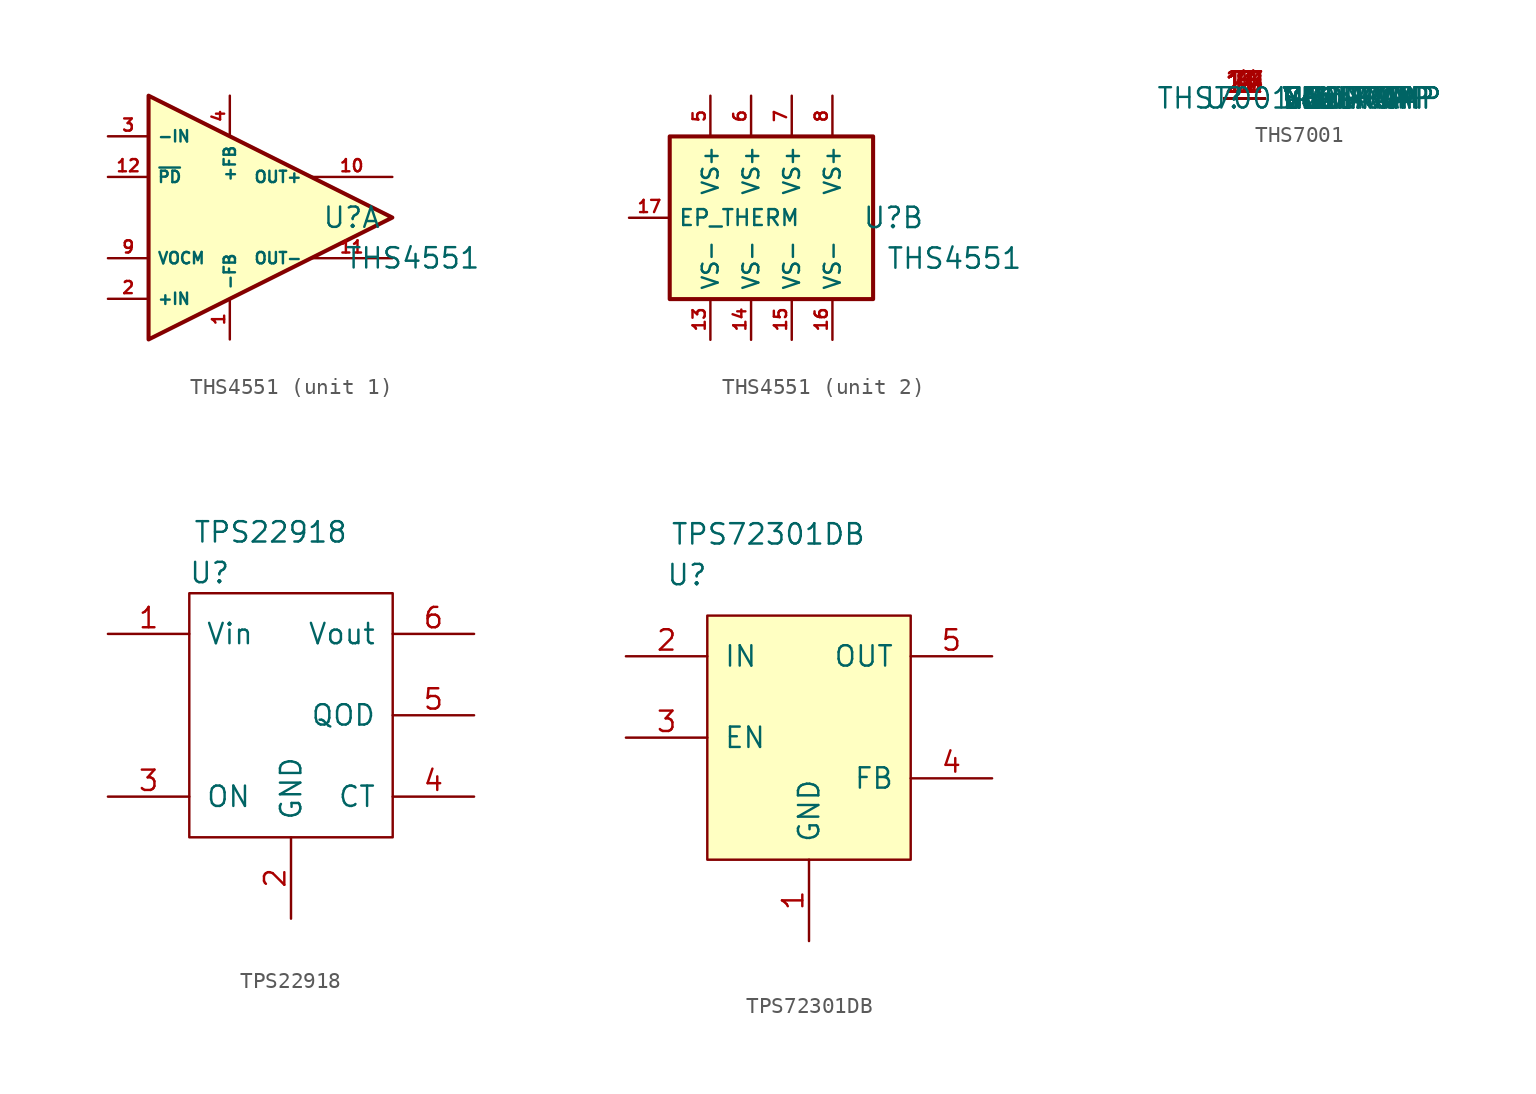
<source format=kicad_sym>
(kicad_symbol_lib
  (version 20201005)
  (generator kicad_symbol_editor)
  (symbol "vna_mm:THS4551"
    (property "Reference" "U"
      (at 7.62 0 0)
      (effects (font (size 1.27 1.27))))
    (property "Value" "THS4551"
      (at 11.43 -2.54 0)
      (effects (font (size 1.27 1.27))))
    (property "ki_locked" ""
      (at 0 0 0)
      (effects (font (size 1.27 1.27))))
    (symbol "THS4551_1_1"
      (polyline (pts (xy -5.08 7.62) (xy -5.08 -7.62) (xy 10.16 0) (xy -5.08 7.62)) (stroke (width 0.254)) (fill (type background)))
      (pin input line (at 0 -7.62 90) (length 2.54) (name "-FB" (effects (font (size 0.711 0.711)))) (number "1" (effects (font (size 0.762 0.762)))))
      (pin output line (at 10.16 2.54 180) (length 5.08) (name "OUT+" (effects (font (size 0.711 0.711)))) (number "10" (effects (font (size 0.762 0.762)))))
      (pin output line (at 10.16 -2.54 180) (length 5.08) (name "OUT-" (effects (font (size 0.711 0.711)))) (number "11" (effects (font (size 0.762 0.762)))))
      (pin input line (at -7.62 2.54 0) (length 2.54) (name "~PD" (effects (font (size 0.711 0.711)))) (number "12" (effects (font (size 0.762 0.762)))))
      (pin input line (at -7.62 -5.08 0) (length 2.54) (name "+IN" (effects (font (size 0.711 0.711)))) (number "2" (effects (font (size 0.762 0.762)))))
      (pin input line (at -7.62 5.08 0) (length 2.54) (name "-IN" (effects (font (size 0.711 0.711)))) (number "3" (effects (font (size 0.762 0.762)))))
      (pin input line (at 0 7.62 270) (length 2.54) (name "+FB" (effects (font (size 0.711 0.711)))) (number "4" (effects (font (size 0.762 0.762)))))
      (pin input line (at -7.62 -2.54 0) (length 2.54) (name "VOCM" (effects (font (size 0.711 0.711)))) (number "9" (effects (font (size 0.762 0.762))))))
    (symbol "THS4551_2_1"
      (rectangle (start -6.35 5.08) (end 6.35 -5.08) (stroke (width 0.254)) (fill (type background)))
      (pin power_in line (at -3.81 -7.62 90) (length 2.54) (name "VS-" (effects (font (size 0.991 0.991)))) (number "13" (effects (font (size 0.762 0.762)))))
      (pin power_in line (at -1.27 -7.62 90) (length 2.54) (name "VS-" (effects (font (size 0.991 0.991)))) (number "14" (effects (font (size 0.762 0.762)))))
      (pin power_in line (at 1.27 -7.62 90) (length 2.54) (name "VS-" (effects (font (size 0.991 0.991)))) (number "15" (effects (font (size 0.762 0.762)))))
      (pin power_in line (at 3.81 -7.62 90) (length 2.54) (name "VS-" (effects (font (size 0.991 0.991)))) (number "16" (effects (font (size 0.762 0.762)))))
      (pin power_in line (at -8.89 0 0) (length 2.54) (name "EP_THERM" (effects (font (size 0.991 0.991)))) (number "17" (effects (font (size 0.762 0.762)))))
      (pin power_in line (at -3.81 7.62 270) (length 2.54) (name "VS+" (effects (font (size 0.991 0.991)))) (number "5" (effects (font (size 0.762 0.762)))))
      (pin power_in line (at -1.27 7.62 270) (length 2.54) (name "VS+" (effects (font (size 0.991 0.991)))) (number "6" (effects (font (size 0.762 0.762)))))
      (pin power_in line (at 1.27 7.62 270) (length 2.54) (name "VS+" (effects (font (size 0.991 0.991)))) (number "7" (effects (font (size 0.762 0.762)))))
      (pin power_in line (at 3.81 7.62 270) (length 2.54) (name "VS+" (effects (font (size 0.991 0.991)))) (number "8" (effects (font (size 0.762 0.762)))))))
  (symbol "vna_mm:THS7001"
    (pin_names
      (offset 1.016))
    (property "Reference" "U"
      (at 0 0 0)
      (effects (font (size 1.27 1.27))))
    (property "Value" "THS7001"
      (at 0 0 0)
      (effects (font (size 1.27 1.27))))
    (symbol "THS7001_0_0"
      (pin unspecified line (at 0 0 0) (length 2.54) (name "GND" (effects (font (size 1.27 1.27)))) (number "1" (effects (font (size 1.27 1.27)))))
      (pin unspecified line (at 0 0 0) (length 2.54) (name "NC" (effects (font (size 1.27 1.27)))) (number "10" (effects (font (size 1.27 1.27)))))
      (pin unspecified line (at 0 0 0) (length 2.54) (name "NC" (effects (font (size 1.27 1.27)))) (number "11" (effects (font (size 1.27 1.27)))))
      (pin unspecified line (at 0 0 0) (length 2.54) (name "VhCLAMP" (effects (font (size 1.27 1.27)))) (number "12" (effects (font (size 1.27 1.27)))))
      (pin unspecified line (at 0 0 0) (length 2.54) (name "Vcc+PGA" (effects (font (size 1.27 1.27)))) (number "13" (effects (font (size 1.27 1.27)))))
      (pin unspecified line (at 0 0 0) (length 2.54) (name "Vcc-PGA" (effects (font (size 1.27 1.27)))) (number "14" (effects (font (size 1.27 1.27)))))
      (pin unspecified line (at 0 0 0) (length 2.54) (name "VlCLAMP" (effects (font (size 1.27 1.27)))) (number "15" (effects (font (size 1.27 1.27)))))
      (pin unspecified line (at 0 0 0) (length 2.54) (name "VoutPGA" (effects (font (size 1.27 1.27)))) (number "16" (effects (font (size 1.27 1.27)))))
      (pin unspecified line (at 0 0 0) (length 2.54) (name "SHDN" (effects (font (size 1.27 1.27)))) (number "17" (effects (font (size 1.27 1.27)))))
      (pin unspecified line (at 0 0 0) (length 2.54) (name "G2" (effects (font (size 1.27 1.27)))) (number "18" (effects (font (size 1.27 1.27)))))
      (pin unspecified line (at 0 0 0) (length 2.54) (name "G1" (effects (font (size 1.27 1.27)))) (number "19" (effects (font (size 1.27 1.27)))))
      (pin unspecified line (at 0 0 0) (length 2.54) (name "VrefPGA" (effects (font (size 1.27 1.27)))) (number "2" (effects (font (size 1.27 1.27)))))
      (pin unspecified line (at 0 0 0) (length 2.54) (name "G0" (effects (font (size 1.27 1.27)))) (number "20" (effects (font (size 1.27 1.27)))))
      (pin unspecified line (at 0 0 0) (length 2.54) (name "EPAD" (effects (font (size 1.27 1.27)))) (number "21" (effects (font (size 1.27 1.27)))))
      (pin unspecified line (at 0 0 0) (length 2.54) (name "-VinPGA" (effects (font (size 1.27 1.27)))) (number "3" (effects (font (size 1.27 1.27)))))
      (pin unspecified line (at 0 0 0) (length 2.54) (name "VoutPAMP" (effects (font (size 1.27 1.27)))) (number "4" (effects (font (size 1.27 1.27)))))
      (pin unspecified line (at 0 0 0) (length 2.54) (name "-VinPAMP" (effects (font (size 1.27 1.27)))) (number "5" (effects (font (size 1.27 1.27)))))
      (pin unspecified line (at 0 0 0) (length 2.54) (name "+VinPAMP" (effects (font (size 1.27 1.27)))) (number "6" (effects (font (size 1.27 1.27)))))
      (pin unspecified line (at 0 0 0) (length 2.54) (name "Vcc-PAMP" (effects (font (size 1.27 1.27)))) (number "7" (effects (font (size 1.27 1.27)))))
      (pin unspecified line (at 0 0 0) (length 2.54) (name "Vcc+PAMP" (effects (font (size 1.27 1.27)))) (number "8" (effects (font (size 1.27 1.27)))))
      (pin unspecified line (at 0 0 0) (length 2.54) (name "NC" (effects (font (size 1.27 1.27)))) (number "9" (effects (font (size 1.27 1.27)))))))
  (symbol "vna_mm:TPS22918"
    (pin_names
      (offset 1.016))
    (property "Reference" "U"
      (at -5.08 8.89 0)
      (effects (font (size 1.27 1.27))))
    (property "Value" "TPS22918"
      (at -1.27 11.43 0)
      (effects (font (size 1.27 1.27))))
    (symbol "TPS22918_0_1"
      (rectangle (start -6.35 7.62) (end 6.35 -7.62) (stroke (width 0)) (fill (type none))))
    (symbol "TPS22918_1_1"
      (pin power_in line (at -11.43 5.08 0) (length 5.08) (name "Vin" (effects (font (size 1.27 1.27)))) (number "1" (effects (font (size 1.27 1.27)))))
      (pin input line (at 0 -12.7 90) (length 5.08) (name "GND" (effects (font (size 1.27 1.27)))) (number "2" (effects (font (size 1.27 1.27)))))
      (pin input line (at -11.43 -5.08 0) (length 5.08) (name "ON" (effects (font (size 1.27 1.27)))) (number "3" (effects (font (size 1.27 1.27)))))
      (pin output line (at 11.43 -5.08 180) (length 5.08) (name "CT" (effects (font (size 1.27 1.27)))) (number "4" (effects (font (size 1.27 1.27)))))
      (pin output line (at 11.43 0 180) (length 5.08) (name "QOD" (effects (font (size 1.27 1.27)))) (number "5" (effects (font (size 1.27 1.27)))))
      (pin power_out line (at 11.43 5.08 180) (length 5.08) (name "Vout" (effects (font (size 1.27 1.27)))) (number "6" (effects (font (size 1.27 1.27)))))))
  (symbol "vna_mm:TPS72301DB"
    (pin_names
      (offset 1.016))
    (property "Reference" "U"
      (at -7.62 7.62 0)
      (effects (font (size 1.27 1.27))))
    (property "Value" "TPS72301DB"
      (at -2.54 10.16 0)
      (effects (font (size 1.27 1.27))))
    (symbol "TPS72301DB_0_1"
      (rectangle (start -6.35 5.08) (end 6.35 -10.16) (stroke (width 0)) (fill (type background))))
    (symbol "TPS72301DB_1_1"
      (pin power_in line (at 0 -15.24 90) (length 5.08) (name "GND" (effects (font (size 1.27 1.27)))) (number "1" (effects (font (size 1.27 1.27)))))
      (pin power_in line (at -11.43 2.54 0) (length 5.08) (name "IN" (effects (font (size 1.27 1.27)))) (number "2" (effects (font (size 1.27 1.27)))))
      (pin input line (at -11.43 -2.54 0) (length 5.08) (name "EN" (effects (font (size 1.27 1.27)))) (number "3" (effects (font (size 1.27 1.27)))))
      (pin input line (at 11.43 -5.08 180) (length 5.08) (name "FB" (effects (font (size 1.27 1.27)))) (number "4" (effects (font (size 1.27 1.27)))))
      (pin power_out line (at 11.43 2.54 180) (length 5.08) (name "OUT" (effects (font (size 1.27 1.27)))) (number "5" (effects (font (size 1.27 1.27))))))))
</source>
